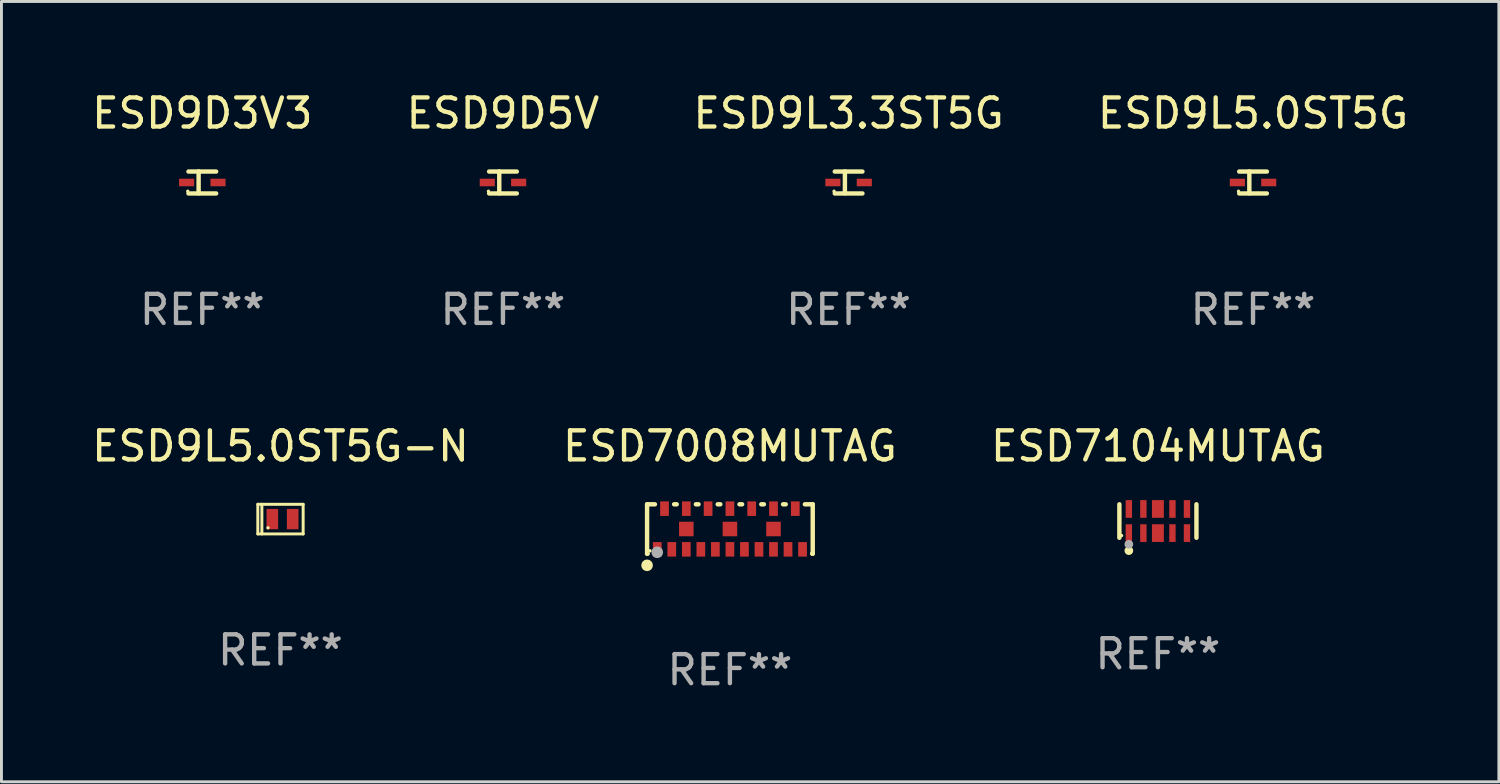
<source format=kicad_pcb>
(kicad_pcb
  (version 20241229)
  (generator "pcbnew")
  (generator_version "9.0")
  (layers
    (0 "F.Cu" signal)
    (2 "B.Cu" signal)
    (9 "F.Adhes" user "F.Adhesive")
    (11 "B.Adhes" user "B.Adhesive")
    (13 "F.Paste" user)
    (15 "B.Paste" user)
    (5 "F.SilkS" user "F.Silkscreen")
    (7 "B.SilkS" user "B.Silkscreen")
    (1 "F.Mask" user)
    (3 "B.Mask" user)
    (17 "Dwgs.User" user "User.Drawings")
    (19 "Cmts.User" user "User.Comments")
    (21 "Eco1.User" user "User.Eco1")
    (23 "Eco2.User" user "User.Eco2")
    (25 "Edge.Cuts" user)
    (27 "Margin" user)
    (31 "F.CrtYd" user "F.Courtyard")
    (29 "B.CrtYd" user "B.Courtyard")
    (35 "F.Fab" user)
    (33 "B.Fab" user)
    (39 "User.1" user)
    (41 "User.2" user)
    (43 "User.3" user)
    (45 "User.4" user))
  (footprint "ESD9L5.0ST5G"
    (layer "F.Cu")
    (at 40.065 3.227)
    (property "Reference" "ESD9L5.0ST5G" (at 0 -2.379 0) (layer "F.SilkS") (effects (font (size 1 1) (thickness 0.15))))
    (attr through_hole)
    (fp_line (start -0.476 -0.374) (end 0.476 -0.374) (stroke (width 0.152) (type solid)) (layer "F.SilkS"))
    (fp_line (start -0.476 0.379) (end 0.476 0.379) (stroke (width 0.152) (type solid)) (layer "F.SilkS"))
    (fp_line (start -0.127 -0.379) (end -0.127 0.374) (stroke (width 0.152) (type solid)) (layer "F.SilkS"))
    (fp_circle (center -0.5 0.302) (end -0.47 0.302) (stroke (width 0.06) (type solid)) (fill no) (layer "F.SilkS"))
    (fp_text user "REF**" (at 0 4.379 0) (layer "F.Fab") (effects (font (size 1 1) (thickness 0.15))))
    (pad "1" smd rect (at -0.54 0.002 180) (size 0.52 0.26) (layers "F.Cu" "F.Mask" "F.Paste"))
    (pad "2" smd rect (at 0.54 0.002 180) (size 0.52 0.26) (layers "F.Cu" "F.Mask" "F.Paste")))
  (footprint "ESD9L5.0ST5G-N"
    (layer "F.Cu")
    (at 6.601 14.812)
    (property "Reference" "ESD9L5.0ST5G-N" (at 0 -2.51 0) (layer "F.SilkS") (effects (font (size 1 1) (thickness 0.15))))
    (attr through_hole)
    (fp_line (start -0.78 -0.51) (end -0.78 0.51) (stroke (width 0.102) (type solid)) (layer "F.SilkS"))
    (fp_line (start -0.78 -0.51) (end 0.78 -0.51) (stroke (width 0.102) (type solid)) (layer "F.SilkS"))
    (fp_line (start -0.78 0.51) (end 0.78 0.51) (stroke (width 0.102) (type solid)) (layer "F.SilkS"))
    (fp_line (start -0.64 -0.51) (end -0.64 0.51) (stroke (width 0.102) (type solid)) (layer "F.SilkS"))
    (fp_line (start 0.78 -0.51) (end 0.78 0.51) (stroke (width 0.102) (type solid)) (layer "F.SilkS"))
    (fp_circle (center -0.43 0.3) (end -0.4 0.3) (stroke (width 0.06) (type solid)) (fill no) (layer "F.SilkS"))
    (fp_text user "REF**" (at 0 4.51 0) (layer "F.Fab") (effects (font (size 1 1) (thickness 0.15))))
    (pad "1" smd rect (at -0.28 0) (size 0.4 0.7) (layers "F.Cu" "F.Mask" "F.Paste"))
    (pad "2" smd rect (at 0.42 0) (size 0.4 0.7) (layers "F.Cu" "F.Mask" "F.Paste")))
  (footprint "ESD7104MUTAG"
    (layer "F.Cu")
    (at 36.792 14.878)
    (property "Reference" "ESD7104MUTAG" (at 0 -2.576 0) (layer "F.SilkS") (effects (font (size 1 1) (thickness 0.15))))
    (attr through_hole)
    (fp_line (start -1.326 0.576) (end -1.326 -0.576) (stroke (width 0.152) (type solid)) (layer "F.SilkS"))
    (fp_line (start 1.326 0.576) (end 1.326 -0.576) (stroke (width 0.152) (type solid)) (layer "F.SilkS"))
    (fp_circle (center -1.25 0.5) (end -1.22 0.5) (stroke (width 0.06) (type solid)) (fill no) (layer "F.SilkS"))
    (fp_circle (center -1 1.019) (end -0.925 1.019) (stroke (width 0.15) (type solid)) (fill no) (layer "F.SilkS"))
    (fp_circle (center -1 0.8) (end -0.925 0.8) (stroke (width 0.15) (type solid)) (fill no) (layer "F.Fab"))
    (fp_text user "REF**" (at 0 4.576 0) (layer "F.Fab") (effects (font (size 1 1) (thickness 0.15))))
    (pad "1" smd rect (at -1 0.415) (size 0.22 0.609) (layers "F.Cu" "F.Mask" "F.Paste"))
    (pad "2" smd rect (at -0.5 0.415) (size 0.22 0.609) (layers "F.Cu" "F.Mask" "F.Paste"))
    (pad "3" smd rect (at 0 0.415) (size 0.41 0.609) (layers "F.Cu" "F.Mask" "F.Paste"))
    (pad "4" smd rect (at 0.5 0.415) (size 0.22 0.609) (layers "F.Cu" "F.Mask" "F.Paste"))
    (pad "5" smd rect (at 1 0.415) (size 0.22 0.609) (layers "F.Cu" "F.Mask" "F.Paste"))
    (pad "6" smd rect (at 1 -0.415) (size 0.22 0.609) (layers "F.Cu" "F.Mask" "F.Paste"))
    (pad "7" smd rect (at 0.5 -0.415) (size 0.22 0.609) (layers "F.Cu" "F.Mask" "F.Paste"))
    (pad "8" smd rect (at 0 -0.415) (size 0.41 0.609) (layers "F.Cu" "F.Mask" "F.Paste"))
    (pad "9" smd rect (at -0.5 -0.415) (size 0.22 0.609) (layers "F.Cu" "F.Mask" "F.Paste"))
    (pad "10" smd rect (at -1 -0.415) (size 0.22 0.609) (layers "F.Cu" "F.Mask" "F.Paste")))
  (footprint "ESD9L3.3ST5G"
    (layer "F.Cu")
    (at 26.149 3.227)
    (property "Reference" "ESD9L3.3ST5G" (at 0 -2.379 0) (layer "F.SilkS") (effects (font (size 1 1) (thickness 0.15))))
    (attr through_hole)
    (fp_line (start -0.476 -0.374) (end 0.476 -0.374) (stroke (width 0.152) (type solid)) (layer "F.SilkS"))
    (fp_line (start -0.476 0.379) (end 0.476 0.379) (stroke (width 0.152) (type solid)) (layer "F.SilkS"))
    (fp_line (start -0.127 -0.379) (end -0.127 0.374) (stroke (width 0.152) (type solid)) (layer "F.SilkS"))
    (fp_circle (center -0.5 0.302) (end -0.47 0.302) (stroke (width 0.06) (type solid)) (fill no) (layer "F.SilkS"))
    (fp_text user "REF**" (at 0 4.379 0) (layer "F.Fab") (effects (font (size 1 1) (thickness 0.15))))
    (pad "1" smd rect (at -0.54 0.002 180) (size 0.52 0.26) (layers "F.Cu" "F.Mask" "F.Paste"))
    (pad "2" smd rect (at 0.54 0.002 180) (size 0.52 0.26) (layers "F.Cu" "F.Mask" "F.Paste")))
  (footprint "ESD9D5V"
    (layer "F.Cu")
    (at 14.256 3.227)
    (property "Reference" "ESD9D5V" (at 0 -2.379 0) (layer "F.SilkS") (effects (font (size 1 1) (thickness 0.15))))
    (attr through_hole)
    (fp_line (start -0.476 -0.374) (end 0.476 -0.374) (stroke (width 0.152) (type solid)) (layer "F.SilkS"))
    (fp_line (start -0.476 0.379) (end 0.476 0.379) (stroke (width 0.152) (type solid)) (layer "F.SilkS"))
    (fp_line (start -0.127 -0.379) (end -0.127 0.374) (stroke (width 0.152) (type solid)) (layer "F.SilkS"))
    (fp_circle (center -0.5 0.302) (end -0.47 0.302) (stroke (width 0.06) (type solid)) (fill no) (layer "F.SilkS"))
    (fp_text user "REF**" (at 0 4.379 0) (layer "F.Fab") (effects (font (size 1 1) (thickness 0.15))))
    (pad "1" smd rect (at -0.54 0.002 180) (size 0.52 0.26) (layers "F.Cu" "F.Mask" "F.Paste"))
    (pad "2" smd rect (at 0.54 0.002 180) (size 0.52 0.26) (layers "F.Cu" "F.Mask" "F.Paste")))
  (footprint "ESD9D3V3"
    (layer "F.Cu")
    (at 3.911 3.227)
    (property "Reference" "ESD9D3V3" (at 0 -2.379 0) (layer "F.SilkS") (effects (font (size 1 1) (thickness 0.15))))
    (attr through_hole)
    (fp_line (start -0.476 -0.374) (end 0.476 -0.374) (stroke (width 0.152) (type solid)) (layer "F.SilkS"))
    (fp_line (start -0.476 0.379) (end 0.476 0.379) (stroke (width 0.152) (type solid)) (layer "F.SilkS"))
    (fp_line (start -0.127 -0.379) (end -0.127 0.374) (stroke (width 0.152) (type solid)) (layer "F.SilkS"))
    (fp_circle (center -0.5 0.302) (end -0.47 0.302) (stroke (width 0.06) (type solid)) (fill no) (layer "F.SilkS"))
    (fp_text user "REF**" (at 0 4.379 0) (layer "F.Fab") (effects (font (size 1 1) (thickness 0.15))))
    (pad "1" smd rect (at -0.54 0.002 180) (size 0.52 0.26) (layers "F.Cu" "F.Mask" "F.Paste"))
    (pad "2" smd rect (at 0.54 0.002 180) (size 0.52 0.26) (layers "F.Cu" "F.Mask" "F.Paste")))
  (footprint "ESD7008MUTAG"
    (layer "F.Cu")
    (at 22.065 15.152)
    (property "Reference" "ESD7008MUTAG" (at 0 -2.85 0) (layer "F.SilkS") (effects (font (size 1 1) (thickness 0.15))))
    (attr through_hole)
    (fp_line (start -2.85 -0.85) (end -2.85 0.85) (stroke (width 0.152) (type solid)) (layer "F.SilkS"))
    (fp_line (start -2.85 0.85) (end -2.83 0.85) (stroke (width 0.152) (type solid)) (layer "F.SilkS"))
    (fp_line (start -2.58 -0.85) (end -2.85 -0.85) (stroke (width 0.152) (type solid)) (layer "F.SilkS"))
    (fp_line (start -1.83 -0.85) (end -1.92 -0.85) (stroke (width 0.152) (type solid)) (layer "F.SilkS"))
    (fp_line (start -1.08 -0.85) (end -1.17 -0.85) (stroke (width 0.152) (type solid)) (layer "F.SilkS"))
    (fp_line (start -0.33 -0.85) (end -0.42 -0.85) (stroke (width 0.152) (type solid)) (layer "F.SilkS"))
    (fp_line (start 0.42 -0.85) (end 0.33 -0.85) (stroke (width 0.152) (type solid)) (layer "F.SilkS"))
    (fp_line (start 1.17 -0.85) (end 1.08 -0.85) (stroke (width 0.152) (type solid)) (layer "F.SilkS"))
    (fp_line (start 1.92 -0.85) (end 1.83 -0.85) (stroke (width 0.152) (type solid)) (layer "F.SilkS"))
    (fp_line (start 2.83 0.85) (end 2.85 0.85) (stroke (width 0.152) (type solid)) (layer "F.SilkS"))
    (fp_line (start 2.85 -0.85) (end 2.58 -0.85) (stroke (width 0.152) (type solid)) (layer "F.SilkS"))
    (fp_line (start 2.85 0.85) (end 2.85 -0.85) (stroke (width 0.152) (type solid)) (layer "F.SilkS"))
    (fp_circle (center -2.85 1.25) (end -2.75 1.25) (stroke (width 0.2) (type solid)) (fill no) (layer "F.SilkS"))
    (fp_circle (center -2.75 0.75) (end -2.72 0.75) (stroke (width 0.06) (type solid)) (fill no) (layer "F.SilkS"))
    (fp_circle (center -2.5 0.801) (end -2.399 0.801) (stroke (width 0.2) (type solid)) (fill no) (layer "F.Fab"))
    (fp_text user "REF**" (at 0 4.85 0) (layer "F.Fab") (effects (font (size 1 1) (thickness 0.15))))
    (pad "1" smd rect (at -2.5 0.7) (size 0.3 0.5) (layers "F.Cu" "F.Mask" "F.Paste"))
    (pad "2" smd rect (at -2 0.7) (size 0.3 0.5) (layers "F.Cu" "F.Mask" "F.Paste"))
    (pad "3" smd rect (at -1.5 0.7) (size 0.3 0.5) (layers "F.Cu" "F.Mask" "F.Paste"))
    (pad "4" smd rect (at -1 0.7) (size 0.3 0.5) (layers "F.Cu" "F.Mask" "F.Paste"))
    (pad "5" smd rect (at -0.5 0.7) (size 0.3 0.5) (layers "F.Cu" "F.Mask" "F.Paste"))
    (pad "6" smd rect (at 0.000114 0.7) (size 0.3 0.5) (layers "F.Cu" "F.Mask" "F.Paste"))
    (pad "7" smd rect (at 0.5 0.7) (size 0.3 0.5) (layers "F.Cu" "F.Mask" "F.Paste"))
    (pad "8" smd rect (at 1 0.7) (size 0.3 0.5) (layers "F.Cu" "F.Mask" "F.Paste"))
    (pad "9" smd rect (at 1.5 0.7) (size 0.3 0.5) (layers "F.Cu" "F.Mask" "F.Paste"))
    (pad "10" smd rect (at 2 0.7) (size 0.3 0.5) (layers "F.Cu" "F.Mask" "F.Paste"))
    (pad "11" smd rect (at 2.5 0.7) (size 0.3 0.5) (layers "F.Cu" "F.Mask" "F.Paste"))
    (pad "12" smd rect (at 2.25 -0.7) (size 0.3 0.5) (layers "F.Cu" "F.Mask" "F.Paste"))
    (pad "13" smd rect (at 1.5 -0.7) (size 0.3 0.5) (layers "F.Cu" "F.Mask" "F.Paste"))
    (pad "14" smd rect (at 0.75 -0.7) (size 0.3 0.5) (layers "F.Cu" "F.Mask" "F.Paste"))
    (pad "15" smd rect (at 0.000114 -0.7) (size 0.3 0.5) (layers "F.Cu" "F.Mask" "F.Paste"))
    (pad "16" smd rect (at -0.75 -0.7) (size 0.3 0.5) (layers "F.Cu" "F.Mask" "F.Paste"))
    (pad "17" smd rect (at -1.5 -0.7) (size 0.3 0.5) (layers "F.Cu" "F.Mask" "F.Paste"))
    (pad "18" smd rect (at -2.25 -0.7) (size 0.3 0.5) (layers "F.Cu" "F.Mask" "F.Paste"))
    (pad "19" smd rect (at -1.5 -0.000013) (size 0.5 0.5) (layers "F.Cu" "F.Mask" "F.Paste"))
    (pad "20" smd rect (at 0.000114 -0.000013) (size 0.5 0.5) (layers "F.Cu" "F.Mask" "F.Paste"))
    (pad "21" smd rect (at 1.5 -0.000013) (size 0.5 0.5) (layers "F.Cu" "F.Mask" "F.Paste")))
  (gr_rect
    (start -3 -3)
    (end 48.524 23.85)
    (stroke (width 0.1) (type default))
    (fill no)
    (layer "Edge.Cuts")))
</source>
